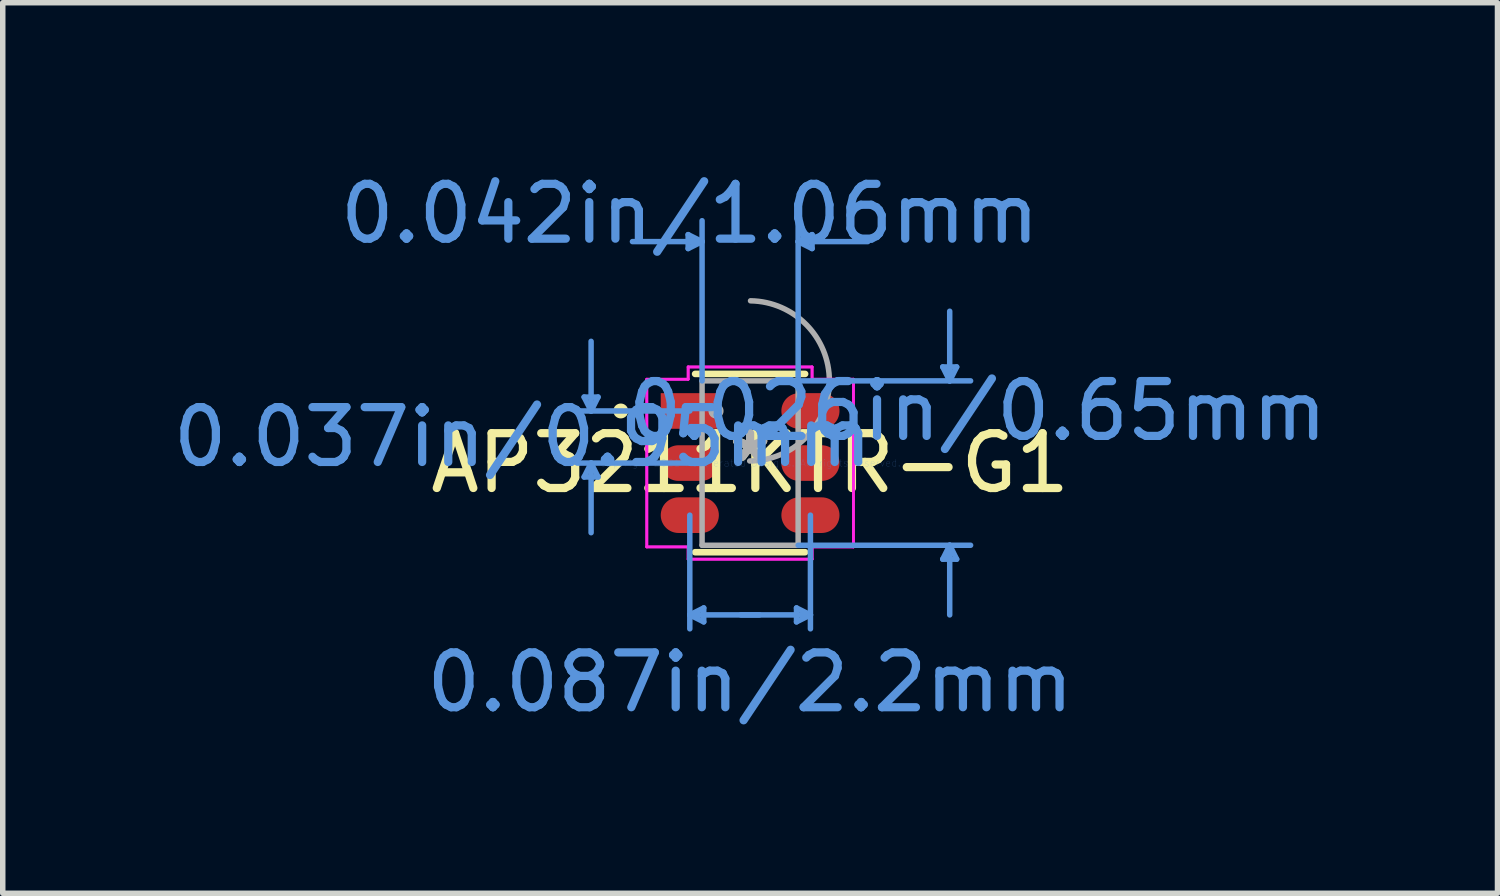
<source format=kicad_pcb>
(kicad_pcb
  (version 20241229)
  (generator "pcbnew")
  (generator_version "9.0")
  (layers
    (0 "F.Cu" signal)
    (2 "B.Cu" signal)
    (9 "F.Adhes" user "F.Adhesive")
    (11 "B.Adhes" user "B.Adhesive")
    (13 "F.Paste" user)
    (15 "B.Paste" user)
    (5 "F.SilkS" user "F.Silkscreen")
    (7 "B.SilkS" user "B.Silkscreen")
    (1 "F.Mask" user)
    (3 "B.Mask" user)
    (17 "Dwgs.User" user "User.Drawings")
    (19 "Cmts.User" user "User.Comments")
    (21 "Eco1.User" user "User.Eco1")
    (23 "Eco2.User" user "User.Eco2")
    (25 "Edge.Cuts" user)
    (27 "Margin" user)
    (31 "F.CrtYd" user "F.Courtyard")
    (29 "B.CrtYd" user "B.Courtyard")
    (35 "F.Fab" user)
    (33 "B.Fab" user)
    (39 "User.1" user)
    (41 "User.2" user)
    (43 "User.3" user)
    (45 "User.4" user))
  (footprint "AP3211KTR-G1"
    (layer "F.Cu")
    (at 10.63 5.395)
    (property "Reference" "AP3211KTR-G1" (at 0 0 0) (layer "F.SilkS") (effects (font (size 1 1) (thickness 0.15))))
    (attr through_hole)
    (fp_line (start -1.003 1.626) (end 1.003 1.626) (stroke (width 0.12) (type solid)) (layer "F.SilkS"))
    (fp_line (start 1.003 -1.626) (end -1.003 -1.626) (stroke (width 0.12) (type solid)) (layer "F.SilkS"))
    (fp_circle (center -2.359 -0.95) (end -2.283 -0.95) (stroke (width 0.12) (type solid)) (fill no) (layer "F.SilkS"))
    (fp_line (start -3.027 -1.204) (end -2.9 -0.95) (stroke (width 0.1) (type solid)) (layer "Cmts.User"))
    (fp_line (start -3.027 0.254) (end -2.9 0) (stroke (width 0.1) (type solid)) (layer "Cmts.User"))
    (fp_line (start -2.9 -0.95) (end -2.9 -2.22) (stroke (width 0.1) (type solid)) (layer "Cmts.User"))
    (fp_line (start -2.9 -0.95) (end -2.773 -1.204) (stroke (width 0.1) (type solid)) (layer "Cmts.User"))
    (fp_line (start -2.9 0) (end -2.9 1.27) (stroke (width 0.1) (type solid)) (layer "Cmts.User"))
    (fp_line (start -2.9 0) (end -2.773 0.254) (stroke (width 0.1) (type solid)) (layer "Cmts.User"))
    (fp_line (start -2.773 -1.204) (end -3.027 -1.204) (stroke (width 0.1) (type solid)) (layer "Cmts.User"))
    (fp_line (start -2.773 0.254) (end -3.027 0.254) (stroke (width 0.1) (type solid)) (layer "Cmts.User"))
    (fp_line (start -1.13 -4.166) (end -1.13 -3.912) (stroke (width 0.1) (type solid)) (layer "Cmts.User"))
    (fp_line (start -1.1 -0.95) (end -3.154 -0.95) (stroke (width 0.1) (type solid)) (layer "Cmts.User"))
    (fp_line (start -1.1 0) (end -3.154 0) (stroke (width 0.1) (type solid)) (layer "Cmts.User"))
    (fp_line (start -1.1 0.95) (end -1.1 3.023) (stroke (width 0.1) (type solid)) (layer "Cmts.User"))
    (fp_line (start -1.1 2.769) (end -0.846 2.896) (stroke (width 0.1) (type solid)) (layer "Cmts.User"))
    (fp_line (start -1.1 2.769) (end 0.17 2.769) (stroke (width 0.1) (type solid)) (layer "Cmts.User"))
    (fp_line (start -0.876 -4.039) (end -2.146 -4.039) (stroke (width 0.1) (type solid)) (layer "Cmts.User"))
    (fp_line (start -0.876 -4.039) (end -1.13 -4.166) (stroke (width 0.1) (type solid)) (layer "Cmts.User"))
    (fp_line (start -0.876 -4.039) (end -1.13 -3.912) (stroke (width 0.1) (type solid)) (layer "Cmts.User"))
    (fp_line (start -0.876 -1.499) (end -0.876 -4.42) (stroke (width 0.1) (type solid)) (layer "Cmts.User"))
    (fp_line (start -0.846 2.642) (end -1.1 2.769) (stroke (width 0.1) (type solid)) (layer "Cmts.User"))
    (fp_line (start -0.846 2.896) (end -0.846 2.642) (stroke (width 0.1) (type solid)) (layer "Cmts.User"))
    (fp_line (start 0.846 2.642) (end 1.1 2.769) (stroke (width 0.1) (type solid)) (layer "Cmts.User"))
    (fp_line (start 0.846 2.896) (end 0.846 2.642) (stroke (width 0.1) (type solid)) (layer "Cmts.User"))
    (fp_line (start 0.876 -4.039) (end 1.13 -4.166) (stroke (width 0.1) (type solid)) (layer "Cmts.User"))
    (fp_line (start 0.876 -4.039) (end 1.13 -3.912) (stroke (width 0.1) (type solid)) (layer "Cmts.User"))
    (fp_line (start 0.876 -4.039) (end 2.146 -4.039) (stroke (width 0.1) (type solid)) (layer "Cmts.User"))
    (fp_line (start 0.876 -1.499) (end 0.876 -4.42) (stroke (width 0.1) (type solid)) (layer "Cmts.User"))
    (fp_line (start 0.876 -1.499) (end 4.021 -1.499) (stroke (width 0.1) (type solid)) (layer "Cmts.User"))
    (fp_line (start 0.876 1.499) (end 4.021 1.499) (stroke (width 0.1) (type solid)) (layer "Cmts.User"))
    (fp_line (start 1.1 0.95) (end 1.1 3.023) (stroke (width 0.1) (type solid)) (layer "Cmts.User"))
    (fp_line (start 1.1 2.769) (end -0.17 2.769) (stroke (width 0.1) (type solid)) (layer "Cmts.User"))
    (fp_line (start 1.1 2.769) (end 0.846 2.896) (stroke (width 0.1) (type solid)) (layer "Cmts.User"))
    (fp_line (start 1.13 -4.166) (end 1.13 -3.912) (stroke (width 0.1) (type solid)) (layer "Cmts.User"))
    (fp_line (start 3.513 -1.753) (end 3.767 -1.753) (stroke (width 0.1) (type solid)) (layer "Cmts.User"))
    (fp_line (start 3.513 1.753) (end 3.767 1.753) (stroke (width 0.1) (type solid)) (layer "Cmts.User"))
    (fp_line (start 3.64 -1.499) (end 3.513 -1.753) (stroke (width 0.1) (type solid)) (layer "Cmts.User"))
    (fp_line (start 3.64 -1.499) (end 3.64 -2.769) (stroke (width 0.1) (type solid)) (layer "Cmts.User"))
    (fp_line (start 3.64 -1.499) (end 3.767 -1.753) (stroke (width 0.1) (type solid)) (layer "Cmts.User"))
    (fp_line (start 3.64 1.499) (end 3.513 1.753) (stroke (width 0.1) (type solid)) (layer "Cmts.User"))
    (fp_line (start 3.64 1.499) (end 3.64 2.769) (stroke (width 0.1) (type solid)) (layer "Cmts.User"))
    (fp_line (start 3.64 1.499) (end 3.767 1.753) (stroke (width 0.1) (type solid)) (layer "Cmts.User"))
    (fp_line (start -1.884 -1.529) (end -1.13 -1.529) (stroke (width 0.05) (type solid)) (layer "F.CrtYd"))
    (fp_line (start -1.884 -1.529) (end -1.13 -1.529) (stroke (width 0.05) (type solid)) (layer "F.CrtYd"))
    (fp_line (start -1.884 1.529) (end -1.884 -1.529) (stroke (width 0.05) (type solid)) (layer "F.CrtYd"))
    (fp_line (start -1.884 1.529) (end -1.884 -1.529) (stroke (width 0.05) (type solid)) (layer "F.CrtYd"))
    (fp_line (start -1.884 1.529) (end -1.13 1.529) (stroke (width 0.05) (type solid)) (layer "F.CrtYd"))
    (fp_line (start -1.13 -1.753) (end 1.13 -1.753) (stroke (width 0.05) (type solid)) (layer "F.CrtYd"))
    (fp_line (start -1.13 -1.753) (end 1.13 -1.753) (stroke (width 0.05) (type solid)) (layer "F.CrtYd"))
    (fp_line (start -1.13 -1.529) (end -1.13 -1.753) (stroke (width 0.05) (type solid)) (layer "F.CrtYd"))
    (fp_line (start -1.13 -1.529) (end -1.13 -1.753) (stroke (width 0.05) (type solid)) (layer "F.CrtYd"))
    (fp_line (start -1.13 1.529) (end -1.884 1.529) (stroke (width 0.05) (type solid)) (layer "F.CrtYd"))
    (fp_line (start -1.13 1.753) (end -1.13 1.529) (stroke (width 0.05) (type solid)) (layer "F.CrtYd"))
    (fp_line (start -1.13 1.753) (end -1.13 1.529) (stroke (width 0.05) (type solid)) (layer "F.CrtYd"))
    (fp_line (start 1.13 -1.753) (end 1.13 -1.529) (stroke (width 0.05) (type solid)) (layer "F.CrtYd"))
    (fp_line (start 1.13 -1.753) (end 1.13 -1.529) (stroke (width 0.05) (type solid)) (layer "F.CrtYd"))
    (fp_line (start 1.13 -1.529) (end 1.884 -1.529) (stroke (width 0.05) (type solid)) (layer "F.CrtYd"))
    (fp_line (start 1.13 1.529) (end 1.13 1.753) (stroke (width 0.05) (type solid)) (layer "F.CrtYd"))
    (fp_line (start 1.13 1.529) (end 1.13 1.753) (stroke (width 0.05) (type solid)) (layer "F.CrtYd"))
    (fp_line (start 1.13 1.753) (end -1.13 1.753) (stroke (width 0.05) (type solid)) (layer "F.CrtYd"))
    (fp_line (start 1.13 1.753) (end -1.13 1.753) (stroke (width 0.05) (type solid)) (layer "F.CrtYd"))
    (fp_line (start 1.884 -1.529) (end 1.13 -1.529) (stroke (width 0.05) (type solid)) (layer "F.CrtYd"))
    (fp_line (start 1.884 -1.529) (end 1.884 1.529) (stroke (width 0.05) (type solid)) (layer "F.CrtYd"))
    (fp_line (start 1.884 -1.529) (end 1.884 1.529) (stroke (width 0.05) (type solid)) (layer "F.CrtYd"))
    (fp_line (start 1.884 1.529) (end 1.13 1.529) (stroke (width 0.05) (type solid)) (layer "F.CrtYd"))
    (fp_line (start 1.884 1.529) (end 1.13 1.529) (stroke (width 0.05) (type solid)) (layer "F.CrtYd"))
    (fp_line (start -0.876 -1.499) (end -0.876 1.499) (stroke (width 0.1) (type solid)) (layer "F.Fab"))
    (fp_line (start -0.876 1.499) (end 0.876 1.499) (stroke (width 0.1) (type solid)) (layer "F.Fab"))
    (fp_line (start 0.876 -1.499) (end -0.876 -1.499) (stroke (width 0.1) (type solid)) (layer "F.Fab"))
    (fp_line (start 0.876 1.499) (end 0.876 -1.499) (stroke (width 0.1) (type solid)) (layer "F.Fab"))
    (fp_arc (start 0.007742 -2.959136) (mid 1.460536 -1.490858) (end -0.007742 -0.038064) (stroke (width 0.1) (type solid)) (layer "F.Fab"))
    (fp_circle (center -0.622 -0.95) (end -0.584 -0.95) (stroke (width 0.1) (type solid)) (fill no) (layer "F.Fab"))
    (fp_text user "*" (at 0 0 0) (layer "F.SilkS") (effects (font (size 1 1) (thickness 0.15))))
    (fp_text user "Copyright 2021 Accelerated Designs. All rights reserved." (at 0 0 0) (layer "Cmts.User") (effects (font (size 0.127 0.127) (thickness 0.002))))
    (fp_text user "0.087in/2.2mm" (at 0 3.998 0) (layer "Cmts.User") (effects (font (size 1 1) (thickness 0.15))))
    (fp_text user "0.026in/0.65mm" (at 4.148 -0.95 0) (layer "Cmts.User") (effects (font (size 1 1) (thickness 0.15))))
    (fp_text user "0.037in/0.95mm" (at -4.148 -0.475 0) (layer "Cmts.User") (effects (font (size 1 1) (thickness 0.15))))
    (fp_text user "0.042in/1.06mm" (at -1.1 -4.547 0) (layer "Cmts.User") (effects (font (size 1 1) (thickness 0.15))))
    (fp_text user "*" (at 0 0 0) (layer "F.Fab") (effects (font (size 1 1) (thickness 0.15))))
    (pad "1" smd rect (at -1.1 -0.95) (size 1.06 0.65) (layers "F.Cu" "F.Mask" "F.Paste"))
    (pad "2" smd oval (at -1.1 0) (size 1.06 0.65) (layers "F.Cu" "F.Mask" "F.Paste"))
    (pad "3" smd oval (at -1.1 0.95) (size 1.06 0.65) (layers "F.Cu" "F.Mask" "F.Paste"))
    (pad "4" smd oval (at 1.1 0.95) (size 1.06 0.65) (layers "F.Cu" "F.Mask" "F.Paste"))
    (pad "5" smd oval (at 1.1 0) (size 1.06 0.65) (layers "F.Cu" "F.Mask" "F.Paste"))
    (pad "6" smd oval (at 1.1 -0.95) (size 1.06 0.65) (layers "F.Cu" "F.Mask" "F.Paste")))
  (gr_rect
    (start -3 -3)
    (end 24.26 13.241)
    (stroke (width 0.1) (type default))
    (fill no)
    (layer "Edge.Cuts")))
</source>
